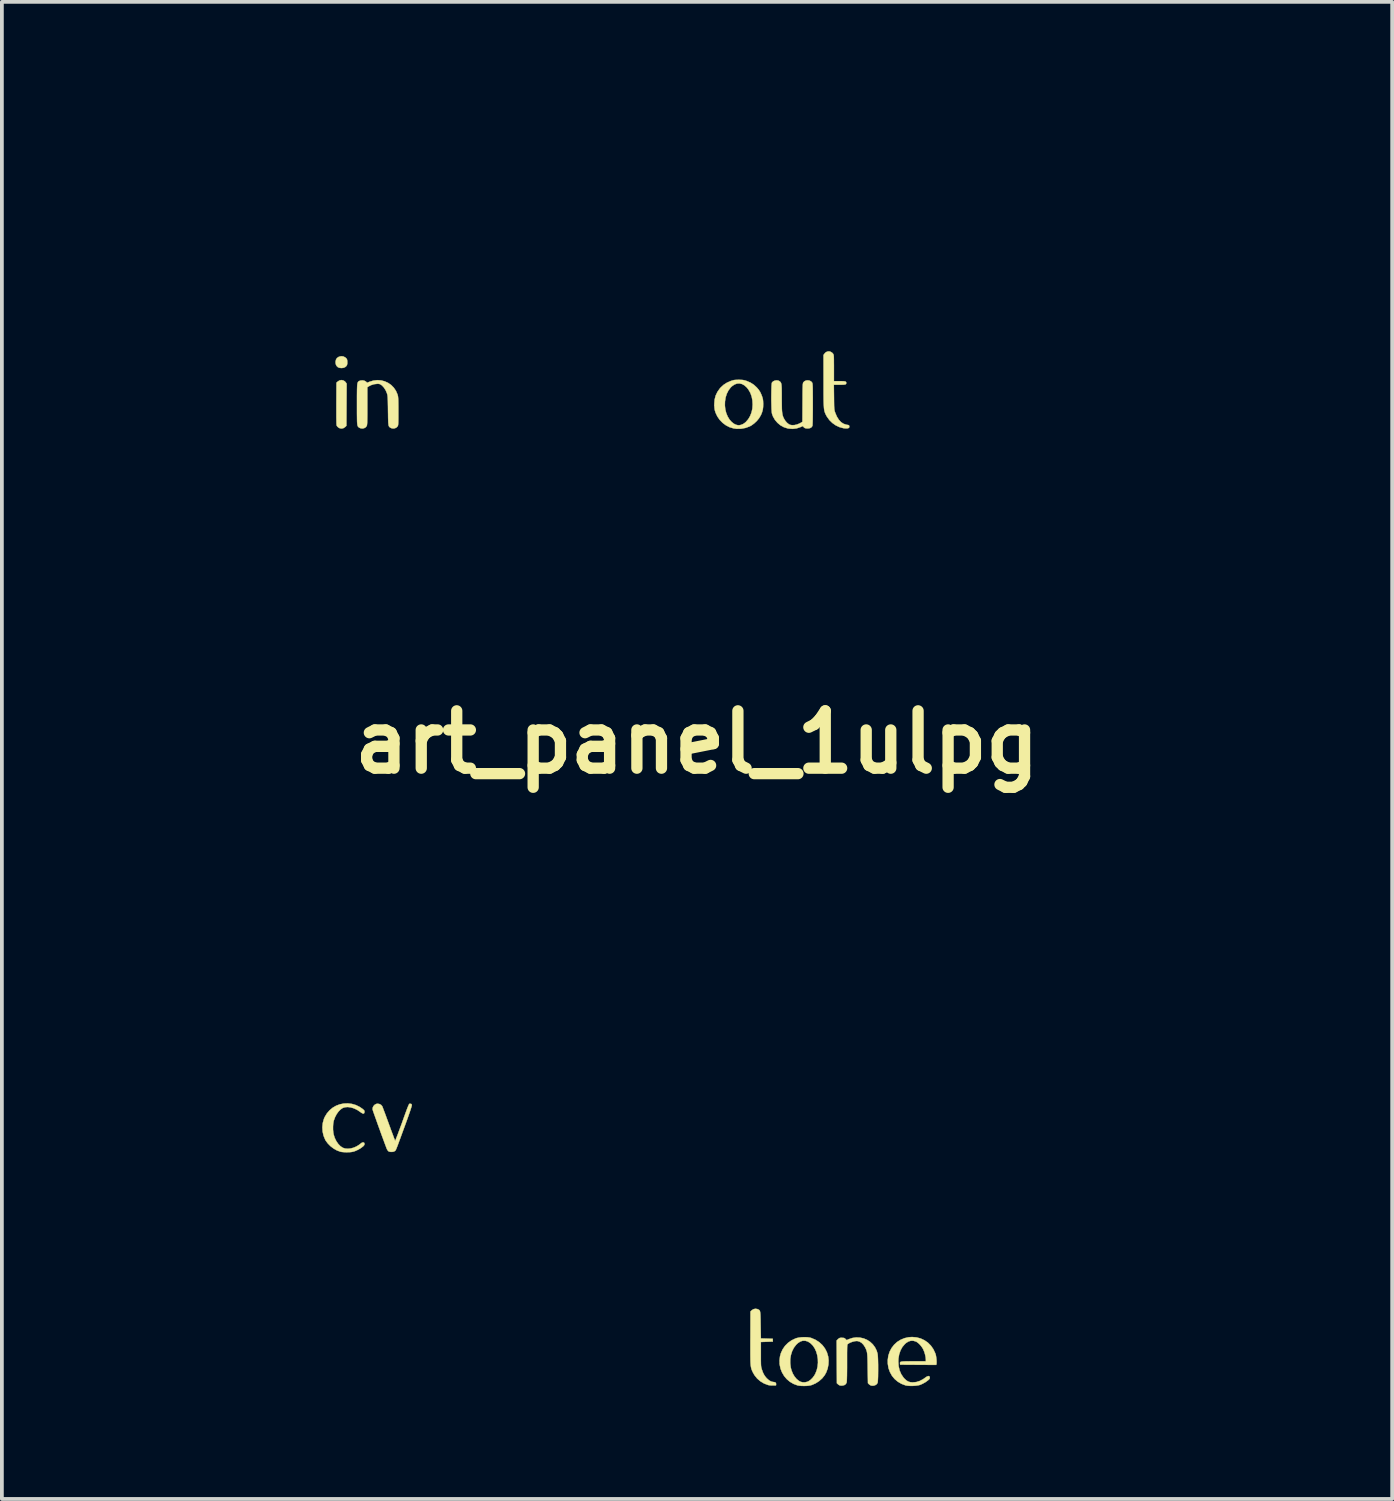
<source format=kicad_pcb>
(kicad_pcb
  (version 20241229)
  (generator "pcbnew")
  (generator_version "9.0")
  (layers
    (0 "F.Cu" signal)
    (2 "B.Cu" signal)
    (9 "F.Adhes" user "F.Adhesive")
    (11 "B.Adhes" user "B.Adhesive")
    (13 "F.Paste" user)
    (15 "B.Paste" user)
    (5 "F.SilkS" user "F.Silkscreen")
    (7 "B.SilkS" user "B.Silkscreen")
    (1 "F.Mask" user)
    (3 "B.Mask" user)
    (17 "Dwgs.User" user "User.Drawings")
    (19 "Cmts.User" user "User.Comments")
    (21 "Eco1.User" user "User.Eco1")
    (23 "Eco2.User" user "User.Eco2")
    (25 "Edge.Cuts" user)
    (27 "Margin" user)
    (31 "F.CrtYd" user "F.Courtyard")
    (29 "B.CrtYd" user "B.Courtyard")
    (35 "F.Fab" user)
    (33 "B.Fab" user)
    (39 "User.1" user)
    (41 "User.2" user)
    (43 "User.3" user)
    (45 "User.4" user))
  (footprint "art_panel_1ulpg"
    (layer "F.Cu")
    (at 15.478 16.682)
    (property "Reference" "art_panel_1ulpg" (at 0 0 0) (layer "F.SilkS") (effects (font (size 1.524 1.524) (thickness 0.3))))
    (attr through_hole)
    (fp_poly (pts (xy -6.012 -16.388) (xy -5.955 -16.367) (xy -5.911 -16.328) (xy -5.879 -16.274) (xy -5.877 -16.266) (xy -5.875 -16.254) (xy -5.873 -16.237) (xy -5.871 -16.214) (xy -5.869 -16.184) (xy -5.868 -16.145) (xy -5.867 -16.096) (xy -5.866 -16.036) (xy -5.865 -15.964) (xy -5.864 -15.879) (xy -5.864 -15.779) (xy -5.864 -15.663) (xy -5.863 -15.531) (xy -5.863 -15.381) (xy -5.863 -15.211) (xy -5.863 -15.087) (xy -5.863 -13.939) (xy -5.322 -13.936) (xy -4.782 -13.933) (xy -4.762 -13.908) (xy -4.746 -13.874) (xy -4.741 -13.831) (xy -4.749 -13.79) (xy -4.762 -13.767) (xy -4.782 -13.742) (xy -5.442 -13.74) (xy -5.581 -13.74) (xy -5.701 -13.74) (xy -5.803 -13.74) (xy -5.888 -13.74) (xy -5.958 -13.741) (xy -6.014 -13.742) (xy -6.058 -13.743) (xy -6.092 -13.745) (xy -6.116 -13.747) (xy -6.133 -13.75) (xy -6.142 -13.752) (xy -6.198 -13.784) (xy -6.243 -13.831) (xy -6.253 -13.848) (xy -6.256 -13.855) (xy -6.258 -13.864) (xy -6.26 -13.877) (xy -6.262 -13.895) (xy -6.264 -13.919) (xy -6.265 -13.951) (xy -6.267 -13.992) (xy -6.268 -14.043) (xy -6.268 -14.104) (xy -6.269 -14.178) (xy -6.27 -14.265) (xy -6.27 -14.367) (xy -6.27 -14.484) (xy -6.27 -14.619) (xy -6.271 -14.771) (xy -6.271 -14.943) (xy -6.271 -15.065) (xy -6.271 -16.251) (xy -6.246 -16.293) (xy -6.209 -16.342) (xy -6.16 -16.374) (xy -6.1 -16.39) (xy -6.081 -16.392) (xy -6.012 -16.388)) (stroke (width 0.01) (type solid)) (fill yes) (layer "F.Mask"))
    (fp_poly (pts (xy -1.003 -16.431) (xy -0.921 -16.426) (xy -0.849 -16.418) (xy -0.801 -16.41) (xy -0.647 -16.365) (xy -0.497 -16.302) (xy -0.353 -16.223) (xy -0.23 -16.136) (xy -0.207 -16.106) (xy -0.196 -16.069) (xy -0.198 -16.03) (xy -0.212 -15.995) (xy -0.238 -15.972) (xy -0.239 -15.972) (xy -0.269 -15.962) (xy -0.299 -15.962) (xy -0.333 -15.973) (xy -0.375 -15.996) (xy -0.408 -16.019) (xy -0.525 -16.093) (xy -0.643 -16.151) (xy -0.766 -16.194) (xy -0.9 -16.224) (xy -1.027 -16.241) (xy -1.133 -16.241) (xy -1.244 -16.224) (xy -1.355 -16.191) (xy -1.463 -16.143) (xy -1.526 -16.105) (xy -1.64 -16.018) (xy -1.741 -15.916) (xy -1.828 -15.801) (xy -1.901 -15.676) (xy -1.96 -15.541) (xy -2.003 -15.398) (xy -2.031 -15.251) (xy -2.043 -15.1) (xy -2.039 -14.948) (xy -2.018 -14.796) (xy -1.98 -14.647) (xy -1.924 -14.503) (xy -1.9 -14.453) (xy -1.826 -14.328) (xy -1.739 -14.215) (xy -1.64 -14.116) (xy -1.532 -14.033) (xy -1.417 -13.968) (xy -1.336 -13.935) (xy -1.225 -13.907) (xy -1.104 -13.896) (xy -0.977 -13.9) (xy -0.845 -13.921) (xy -0.714 -13.957) (xy -0.598 -14.002) (xy -0.53 -14.032) (xy -0.527 -14.528) (xy -0.526 -14.643) (xy -0.525 -14.739) (xy -0.525 -14.818) (xy -0.524 -14.882) (xy -0.522 -14.932) (xy -0.521 -14.97) (xy -0.519 -14.999) (xy -0.516 -15.02) (xy -0.513 -15.035) (xy -0.509 -15.047) (xy -0.504 -15.056) (xy -0.502 -15.06) (xy -0.463 -15.107) (xy -0.412 -15.14) (xy -0.355 -15.158) (xy -0.294 -15.16) (xy -0.236 -15.147) (xy -0.183 -15.117) (xy -0.168 -15.103) (xy -0.142 -15.072) (xy -0.122 -15.036) (xy -0.118 -15.023) (xy -0.114 -14.999) (xy -0.111 -14.955) (xy -0.109 -14.89) (xy -0.107 -14.805) (xy -0.106 -14.701) (xy -0.106 -14.578) (xy -0.106 -14.545) (xy -0.106 -14.11) (xy -0.177 -14.043) (xy -0.296 -13.946) (xy -0.428 -13.864) (xy -0.572 -13.797) (xy -0.723 -13.747) (xy -0.881 -13.714) (xy -1.042 -13.698) (xy -1.204 -13.701) (xy -1.253 -13.706) (xy -1.418 -13.735) (xy -1.575 -13.783) (xy -1.723 -13.848) (xy -1.859 -13.929) (xy -1.985 -14.024) (xy -2.098 -14.132) (xy -2.197 -14.253) (xy -2.282 -14.384) (xy -2.352 -14.525) (xy -2.406 -14.673) (xy -2.443 -14.828) (xy -2.462 -14.989) (xy -2.462 -15.154) (xy -2.441 -15.322) (xy -2.439 -15.334) (xy -2.409 -15.454) (xy -2.365 -15.579) (xy -2.315 -15.69) (xy -2.23 -15.835) (xy -2.129 -15.967) (xy -2.014 -16.085) (xy -1.885 -16.188) (xy -1.745 -16.275) (xy -1.595 -16.344) (xy -1.435 -16.396) (xy -1.315 -16.421) (xy -1.251 -16.428) (xy -1.174 -16.432) (xy -1.09 -16.433) (xy -1.003 -16.431)) (stroke (width 0.01) (type solid)) (fill yes) (layer "F.Mask"))
    (fp_poly (pts (xy -3.782 -16.393) (xy -3.685 -16.393) (xy -3.604 -16.392) (xy -3.538 -16.391) (xy -3.485 -16.389) (xy -3.443 -16.387) (xy -3.408 -16.384) (xy -3.381 -16.381) (xy -3.357 -16.377) (xy -3.229 -16.34) (xy -3.11 -16.284) (xy -3.001 -16.212) (xy -2.903 -16.125) (xy -2.819 -16.024) (xy -2.751 -15.91) (xy -2.698 -15.786) (xy -2.676 -15.708) (xy -2.662 -15.625) (xy -2.654 -15.532) (xy -2.655 -15.435) (xy -2.662 -15.345) (xy -2.671 -15.295) (xy -2.708 -15.169) (xy -2.765 -15.049) (xy -2.838 -14.939) (xy -2.926 -14.84) (xy -3.027 -14.756) (xy -3.139 -14.688) (xy -3.166 -14.675) (xy -3.206 -14.656) (xy -3.242 -14.641) (xy -3.276 -14.629) (xy -3.31 -14.62) (xy -3.348 -14.613) (xy -3.393 -14.607) (xy -3.446 -14.603) (xy -3.511 -14.6) (xy -3.59 -14.598) (xy -3.687 -14.596) (xy -3.736 -14.595) (xy -4.101 -14.589) (xy -4.106 -14.229) (xy -4.108 -14.132) (xy -4.109 -14.054) (xy -4.111 -13.993) (xy -4.112 -13.946) (xy -4.114 -13.91) (xy -4.117 -13.884) (xy -4.12 -13.865) (xy -4.125 -13.851) (xy -4.13 -13.84) (xy -4.136 -13.831) (xy -4.166 -13.797) (xy -4.21 -13.767) (xy -4.259 -13.746) (xy -4.305 -13.738) (xy -4.307 -13.738) (xy -4.343 -13.742) (xy -4.381 -13.751) (xy -4.385 -13.753) (xy -4.44 -13.782) (xy -4.481 -13.828) (xy -4.492 -13.849) (xy -4.495 -13.856) (xy -4.497 -13.867) (xy -4.499 -13.882) (xy -4.501 -13.904) (xy -4.502 -13.933) (xy -4.504 -13.97) (xy -4.505 -14.016) (xy -4.506 -14.074) (xy -4.506 -14.143) (xy -4.507 -14.225) (xy -4.508 -14.321) (xy -4.508 -14.432) (xy -4.508 -14.56) (xy -4.508 -14.706) (xy -4.508 -14.87) (xy -4.508 -15.054) (xy -4.508 -15.065) (xy -4.508 -15.166) (xy -4.104 -15.166) (xy -4.104 -15.071) (xy -4.104 -14.986) (xy -4.104 -14.916) (xy -4.103 -14.86) (xy -4.103 -14.821) (xy -4.102 -14.801) (xy -4.101 -14.798) (xy -4.09 -14.794) (xy -4.06 -14.79) (xy -4.015 -14.787) (xy -3.959 -14.785) (xy -3.894 -14.784) (xy -3.824 -14.784) (xy -3.752 -14.784) (xy -3.682 -14.785) (xy -3.615 -14.788) (xy -3.556 -14.79) (xy -3.508 -14.794) (xy -3.474 -14.798) (xy -3.464 -14.801) (xy -3.383 -14.836) (xy -3.307 -14.889) (xy -3.238 -14.96) (xy -3.177 -15.047) (xy -3.144 -15.108) (xy -3.109 -15.19) (xy -3.085 -15.27) (xy -3.069 -15.356) (xy -3.062 -15.441) (xy -3.063 -15.567) (xy -3.079 -15.687) (xy -3.11 -15.8) (xy -3.154 -15.904) (xy -3.211 -15.996) (xy -3.279 -16.074) (xy -3.357 -16.136) (xy -3.404 -16.162) (xy -3.476 -16.198) (xy -4.101 -16.198) (xy -4.104 -15.505) (xy -4.104 -15.385) (xy -4.104 -15.272) (xy -4.104 -15.166) (xy -4.508 -15.166) (xy -4.508 -15.253) (xy -4.508 -15.421) (xy -4.508 -15.57) (xy -4.508 -15.702) (xy -4.507 -15.816) (xy -4.507 -15.915) (xy -4.506 -16) (xy -4.505 -16.07) (xy -4.504 -16.129) (xy -4.503 -16.176) (xy -4.501 -16.213) (xy -4.5 -16.241) (xy -4.498 -16.261) (xy -4.496 -16.274) (xy -4.494 -16.28) (xy -4.467 -16.322) (xy -4.429 -16.359) (xy -4.389 -16.382) (xy -4.369 -16.385) (xy -4.329 -16.388) (xy -4.269 -16.39) (xy -4.189 -16.392) (xy -4.09 -16.393) (xy -3.973 -16.393) (xy -3.899 -16.394) (xy -3.782 -16.393)) (stroke (width 0.01) (type solid)) (fill yes) (layer "F.Mask"))
    (fp_poly (pts (xy 14.23 -16.674) (xy 14.265 -16.663) (xy 14.314 -16.642) (xy 14.378 -16.61) (xy 14.383 -16.608) (xy 14.563 -16.512) (xy 14.73 -16.416) (xy 14.882 -16.319) (xy 15.019 -16.224) (xy 15.138 -16.13) (xy 15.24 -16.039) (xy 15.323 -15.95) (xy 15.387 -15.866) (xy 15.428 -15.795) (xy 15.456 -15.732) (xy 15.471 -15.669) (xy 15.477 -15.6) (xy 15.477 -15.589) (xy 15.476 -15.541) (xy 15.473 -15.506) (xy 15.464 -15.476) (xy 15.45 -15.444) (xy 15.448 -15.441) (xy 15.399 -15.366) (xy 15.329 -15.298) (xy 15.241 -15.236) (xy 15.132 -15.181) (xy 15.004 -15.133) (xy 14.858 -15.092) (xy 14.775 -15.073) (xy 14.678 -15.054) (xy 14.566 -15.034) (xy 14.437 -15.014) (xy 14.404 -15.009) (xy 14.356 -15.001) (xy 14.35 -14.827) (xy 14.348 -14.778) (xy 14.346 -14.712) (xy 14.343 -14.631) (xy 14.34 -14.539) (xy 14.337 -14.438) (xy 14.334 -14.333) (xy 14.331 -14.226) (xy 14.33 -14.176) (xy 14.326 -14.052) (xy 14.323 -13.947) (xy 14.32 -13.86) (xy 14.318 -13.789) (xy 14.315 -13.733) (xy 14.312 -13.689) (xy 14.309 -13.657) (xy 14.305 -13.634) (xy 14.3 -13.619) (xy 14.295 -13.609) (xy 14.288 -13.605) (xy 14.281 -13.602) (xy 14.277 -13.602) (xy 14.258 -13.606) (xy 14.222 -13.619) (xy 14.17 -13.642) (xy 14.103 -13.673) (xy 14.023 -13.712) (xy 14.018 -13.714) (xy 13.867 -13.791) (xy 13.735 -13.864) (xy 13.618 -13.933) (xy 13.513 -14.002) (xy 13.42 -14.072) (xy 13.334 -14.144) (xy 13.254 -14.219) (xy 13.254 -14.219) (xy 13.208 -14.268) (xy 13.173 -14.308) (xy 13.146 -14.347) (xy 13.121 -14.39) (xy 13.111 -14.41) (xy 13.09 -14.454) (xy 13.076 -14.488) (xy 13.069 -14.517) (xy 13.066 -14.55) (xy 13.065 -14.57) (xy 13.236 -14.57) (xy 13.25 -14.512) (xy 13.283 -14.448) (xy 13.334 -14.377) (xy 13.404 -14.298) (xy 13.407 -14.295) (xy 13.484 -14.22) (xy 13.563 -14.15) (xy 13.65 -14.081) (xy 13.75 -14.009) (xy 13.801 -13.975) (xy 13.848 -13.944) (xy 13.901 -13.91) (xy 13.959 -13.875) (xy 14.017 -13.839) (xy 14.074 -13.806) (xy 14.125 -13.776) (xy 14.167 -13.752) (xy 14.199 -13.735) (xy 14.216 -13.727) (xy 14.217 -13.727) (xy 14.22 -13.737) (xy 14.221 -13.764) (xy 14.221 -13.805) (xy 14.22 -13.856) (xy 14.219 -13.883) (xy 14.216 -13.964) (xy 14.213 -14.056) (xy 14.209 -14.156) (xy 14.206 -14.261) (xy 14.203 -14.368) (xy 14.2 -14.472) (xy 14.197 -14.571) (xy 14.195 -14.662) (xy 14.193 -14.74) (xy 14.193 -14.804) (xy 14.192 -14.84) (xy 14.192 -14.891) (xy 14.19 -14.934) (xy 14.187 -14.965) (xy 14.184 -14.979) (xy 14.183 -14.98) (xy 14.17 -14.98) (xy 14.14 -14.978) (xy 14.096 -14.972) (xy 14.043 -14.965) (xy 14.009 -14.96) (xy 13.842 -14.93) (xy 13.695 -14.897) (xy 13.568 -14.86) (xy 13.461 -14.819) (xy 13.375 -14.775) (xy 13.309 -14.727) (xy 13.299 -14.719) (xy 13.26 -14.672) (xy 13.239 -14.623) (xy 13.236 -14.57) (xy 13.065 -14.57) (xy 13.065 -14.593) (xy 13.065 -14.594) (xy 13.066 -14.644) (xy 13.071 -14.681) (xy 13.08 -14.714) (xy 13.094 -14.745) (xy 13.137 -14.816) (xy 13.2 -14.881) (xy 13.283 -14.94) (xy 13.385 -14.995) (xy 13.506 -15.044) (xy 13.648 -15.088) (xy 13.809 -15.127) (xy 13.991 -15.161) (xy 14.131 -15.181) (xy 14.18 -15.188) (xy 14.18 -15.416) (xy 14.36 -15.416) (xy 14.36 -15.345) (xy 14.361 -15.29) (xy 14.362 -15.25) (xy 14.364 -15.224) (xy 14.366 -15.211) (xy 14.369 -15.208) (xy 14.383 -15.21) (xy 14.414 -15.215) (xy 14.458 -15.222) (xy 14.511 -15.23) (xy 14.541 -15.235) (xy 14.686 -15.263) (xy 14.818 -15.295) (xy 14.937 -15.331) (xy 15.04 -15.371) (xy 15.126 -15.413) (xy 15.194 -15.457) (xy 15.244 -15.504) (xy 15.267 -15.538) (xy 15.281 -15.582) (xy 15.278 -15.631) (xy 15.258 -15.685) (xy 15.22 -15.746) (xy 15.164 -15.815) (xy 15.129 -15.853) (xy 15.039 -15.94) (xy 14.936 -16.026) (xy 14.819 -16.113) (xy 14.686 -16.201) (xy 14.535 -16.292) (xy 14.499 -16.313) (xy 14.377 -16.382) (xy 14.374 -16.327) (xy 14.374 -16.306) (xy 14.373 -16.265) (xy 14.372 -16.209) (xy 14.37 -16.137) (xy 14.369 -16.054) (xy 14.367 -15.961) (xy 14.366 -15.861) (xy 14.364 -15.755) (xy 14.364 -15.74) (xy 14.362 -15.613) (xy 14.361 -15.505) (xy 14.36 -15.416) (xy 14.18 -15.416) (xy 14.178 -15.931) (xy 14.176 -16.674) (xy 14.208 -16.677) (xy 14.23 -16.674)) (stroke (width 0.01) (type solid)) (fill yes) (layer "F.Mask"))
    (fp_poly (pts (xy -2.973 -6.857) (xy -2.89 -6.852) (xy -2.852 -6.848) (xy -2.641 -6.811) (xy -2.434 -6.754) (xy -2.234 -6.679) (xy -2.042 -6.585) (xy -1.86 -6.475) (xy -1.69 -6.348) (xy -1.534 -6.205) (xy -1.502 -6.173) (xy -1.359 -6.009) (xy -1.234 -5.833) (xy -1.126 -5.646) (xy -1.037 -5.451) (xy -0.967 -5.248) (xy -0.939 -5.138) (xy -0.927 -5.088) (xy -0.918 -5.04) (xy -0.909 -4.989) (xy -0.9 -4.932) (xy -0.891 -4.862) (xy -0.883 -4.797) (xy -0.877 -4.752) (xy 9.525 -4.752) (xy 9.525 -4.477) (xy 6.019 -4.474) (xy 2.514 -4.471) (xy 2.511 -2.238) (xy 2.511 -2.022) (xy 2.51 -1.812) (xy 2.51 -1.608) (xy 2.51 -1.412) (xy 2.51 -1.224) (xy 2.51 -1.046) (xy 2.51 -0.878) (xy 2.51 -0.722) (xy 2.51 -0.578) (xy 2.51 -0.448) (xy 2.511 -0.332) (xy 2.511 -0.231) (xy 2.511 -0.147) (xy 2.511 -0.08) (xy 2.512 -0.032) (xy 2.512 -0.003) (xy 2.512 0.006) (xy 2.524 0.01) (xy 2.554 0.008) (xy 2.604 0.002) (xy 2.658 -0.007) (xy 2.904 -0.046) (xy 3.148 -0.075) (xy 3.395 -0.095) (xy 3.65 -0.106) (xy 3.863 -0.108) (xy 4.008 -0.108) (xy 4.137 -0.106) (xy 4.256 -0.101) (xy 4.372 -0.095) (xy 4.489 -0.085) (xy 4.613 -0.073) (xy 4.704 -0.063) (xy 5.078 -0.009) (xy 5.446 0.065) (xy 5.81 0.158) (xy 6.166 0.272) (xy 6.516 0.404) (xy 6.858 0.554) (xy 7.191 0.722) (xy 7.515 0.908) (xy 7.829 1.111) (xy 8.132 1.33) (xy 8.423 1.566) (xy 8.701 1.816) (xy 8.966 2.082) (xy 9.217 2.363) (xy 9.453 2.658) (xy 9.672 2.963) (xy 9.879 3.289) (xy 10.067 3.621) (xy 10.235 3.96) (xy 10.383 4.306) (xy 10.512 4.66) (xy 10.622 5.022) (xy 10.712 5.393) (xy 10.784 5.773) (xy 10.837 6.163) (xy 10.85 6.292) (xy 10.855 6.357) (xy 10.858 6.44) (xy 10.861 6.538) (xy 10.863 6.646) (xy 10.864 6.762) (xy 10.865 6.882) (xy 10.864 7.003) (xy 10.862 7.122) (xy 10.86 7.235) (xy 10.857 7.338) (xy 10.853 7.429) (xy 10.848 7.505) (xy 10.845 7.541) (xy 10.798 7.911) (xy 10.736 8.267) (xy 10.659 8.612) (xy 10.566 8.948) (xy 10.457 9.276) (xy 10.33 9.599) (xy 10.185 9.919) (xy 10.14 10.012) (xy 9.958 10.353) (xy 9.759 10.681) (xy 9.543 10.997) (xy 9.312 11.299) (xy 9.065 11.588) (xy 8.803 11.862) (xy 8.526 12.122) (xy 8.235 12.366) (xy 7.931 12.595) (xy 7.614 12.807) (xy 7.284 13.003) (xy 7.038 13.133) (xy 6.705 13.292) (xy 6.369 13.431) (xy 6.029 13.551) (xy 5.683 13.652) (xy 5.329 13.736) (xy 4.966 13.803) (xy 4.591 13.852) (xy 4.519 13.86) (xy 4.469 13.863) (xy 4.401 13.867) (xy 4.319 13.871) (xy 4.226 13.874) (xy 4.125 13.877) (xy 4.021 13.879) (xy 3.915 13.881) (xy 3.812 13.882) (xy 3.716 13.882) (xy 3.628 13.882) (xy 3.554 13.881) (xy 3.496 13.88) (xy 3.477 13.879) (xy 3.084 13.844) (xy 2.697 13.789) (xy 2.318 13.714) (xy 1.946 13.619) (xy 1.582 13.505) (xy 1.226 13.371) (xy 0.878 13.218) (xy 0.538 13.046) (xy 0.207 12.854) (xy -0.115 12.644) (xy -0.37 12.458) (xy -0.661 12.224) (xy -0.94 11.973) (xy -1.206 11.708) (xy -1.457 11.428) (xy -1.693 11.136) (xy -1.913 10.833) (xy -2.115 10.519) (xy -2.3 10.196) (xy -2.466 9.866) (xy -2.496 9.799) (xy -2.633 9.479) (xy -2.751 9.16) (xy -2.853 8.839) (xy -2.938 8.513) (xy -3.008 8.178) (xy -3.063 7.833) (xy -3.092 7.599) (xy -3.099 7.519) (xy -3.106 7.421) (xy -3.111 7.31) (xy -3.115 7.19) (xy -3.119 7.064) (xy -3.121 6.936) (xy -3.121 6.81) (xy -3.121 6.69) (xy -3.119 6.581) (xy -3.116 6.484) (xy -3.112 6.429) (xy -3.075 6.039) (xy -3.018 5.656) (xy -2.941 5.279) (xy -2.844 4.91) (xy -2.727 4.548) (xy -2.591 4.193) (xy -2.435 3.847) (xy -2.26 3.508) (xy -2.065 3.178) (xy -1.975 3.037) (xy -1.752 2.719) (xy -1.514 2.416) (xy -1.261 2.127) (xy -0.994 1.854) (xy -0.714 1.596) (xy -0.419 1.355) (xy -0.112 1.129) (xy 0.207 0.921) (xy 0.539 0.73) (xy 0.882 0.556) (xy 1.236 0.401) (xy 1.318 0.368) (xy 1.423 0.328) (xy 1.538 0.286) (xy 1.658 0.245) (xy 1.78 0.206) (xy 1.898 0.169) (xy 2.008 0.137) (xy 2.106 0.111) (xy 2.172 0.095) (xy 2.233 0.081) (xy 2.233 -4.477) (xy -0.877 -4.477) (xy -0.883 -4.432) (xy -0.887 -4.4) (xy -0.892 -4.355) (xy -0.899 -4.307) (xy -0.9 -4.297) (xy -0.937 -4.092) (xy -0.995 -3.891) (xy -1.072 -3.696) (xy -1.167 -3.507) (xy -1.28 -3.328) (xy -1.409 -3.158) (xy -1.555 -3.001) (xy -1.574 -2.983) (xy -1.733 -2.844) (xy -1.904 -2.723) (xy -2.083 -2.619) (xy -2.27 -2.533) (xy -2.464 -2.464) (xy -2.662 -2.413) (xy -2.864 -2.381) (xy -3.067 -2.366) (xy -3.272 -2.369) (xy -3.475 -2.391) (xy -3.676 -2.43) (xy -3.873 -2.489) (xy -4.066 -2.565) (xy -4.251 -2.66) (xy -4.428 -2.774) (xy -4.459 -2.797) (xy -4.495 -2.823) (xy -4.519 -2.837) (xy -4.534 -2.841) (xy -4.543 -2.837) (xy -4.545 -2.835) (xy -4.553 -2.826) (xy -4.575 -2.802) (xy -4.61 -2.764) (xy -4.657 -2.711) (xy -4.716 -2.646) (xy -4.786 -2.568) (xy -4.867 -2.478) (xy -4.958 -2.377) (xy -5.059 -2.266) (xy -5.169 -2.144) (xy -5.287 -2.013) (xy -5.413 -1.874) (xy -5.546 -1.726) (xy -5.685 -1.572) (xy -5.831 -1.41) (xy -5.982 -1.243) (xy -6.138 -1.07) (xy -6.299 -0.892) (xy -6.463 -0.71) (xy -6.488 -0.683) (xy -6.652 -0.5) (xy -6.814 -0.321) (xy -6.971 -0.147) (xy -7.124 0.022) (xy -7.271 0.185) (xy -7.412 0.342) (xy -7.547 0.491) (xy -7.675 0.633) (xy -7.795 0.766) (xy -7.907 0.89) (xy -8.011 1.004) (xy -8.104 1.108) (xy -8.188 1.201) (xy -8.261 1.282) (xy -8.324 1.351) (xy -8.374 1.407) (xy -8.412 1.449) (xy -8.437 1.476) (xy -8.449 1.489) (xy -8.449 1.49) (xy -8.481 1.524) (xy -8.489 4.974) (xy -8.49 5.296) (xy -8.491 5.598) (xy -8.492 5.881) (xy -8.492 6.144) (xy -8.493 6.389) (xy -8.493 6.616) (xy -8.494 6.825) (xy -8.495 7.019) (xy -8.495 7.196) (xy -8.496 7.358) (xy -8.497 7.506) (xy -8.497 7.64) (xy -8.498 7.761) (xy -8.499 7.87) (xy -8.499 7.966) (xy -8.5 8.052) (xy -8.501 8.127) (xy -8.502 8.192) (xy -8.503 8.249) (xy -8.504 8.296) (xy -8.505 8.337) (xy -8.506 8.369) (xy -8.507 8.396) (xy -8.508 8.417) (xy -8.51 8.432) (xy -8.511 8.444) (xy -8.512 8.451) (xy -8.514 8.455) (xy -8.535 8.484) (xy -8.559 8.506) (xy -8.562 8.508) (xy -8.568 8.51) (xy -8.575 8.511) (xy -8.586 8.513) (xy -8.601 8.514) (xy -8.62 8.515) (xy -8.644 8.516) (xy -8.674 8.518) (xy -8.711 8.518) (xy -8.755 8.519) (xy -8.808 8.52) (xy -8.869 8.521) (xy -8.939 8.522) (xy -9.019 8.522) (xy -9.111 8.523) (xy -9.213 8.523) (xy -9.328 8.524) (xy -9.456 8.524) (xy -9.597 8.525) (xy -9.753 8.525) (xy -9.924 8.526) (xy -10.11 8.526) (xy -10.313 8.526) (xy -10.533 8.527) (xy -10.771 8.527) (xy -11.027 8.527) (xy -11.302 8.527) (xy -11.597 8.528) (xy -11.869 8.528) (xy -12.131 8.528) (xy -12.389 8.528) (xy -12.64 8.528) (xy -12.884 8.529) (xy -13.12 8.529) (xy -13.348 8.529) (xy -13.567 8.529) (xy -13.775 8.529) (xy -13.972 8.528) (xy -14.157 8.528) (xy -14.33 8.528) (xy -14.49 8.528) (xy -14.634 8.528) (xy -14.764 8.527) (xy -14.878 8.527) (xy -14.976 8.527) (xy -15.055 8.526) (xy -15.117 8.526) (xy -15.159 8.525) (xy -15.181 8.525) (xy -15.184 8.525) (xy -15.231 8.507) (xy -15.266 8.475) (xy -15.288 8.434) (xy -15.297 8.388) (xy -15.29 8.342) (xy -15.267 8.3) (xy -15.249 8.282) (xy -15.217 8.255) (xy -8.774 8.255) (xy -8.773 8.02) (xy -8.773 7.99) (xy -8.773 7.939) (xy -8.772 7.87) (xy -8.772 7.782) (xy -8.772 7.676) (xy -8.772 7.554) (xy -8.771 7.416) (xy -8.771 7.263) (xy -8.77 7.097) (xy -8.77 6.917) (xy -8.769 6.725) (xy -8.769 6.521) (xy -8.768 6.308) (xy -8.768 6.084) (xy -8.767 5.853) (xy -8.767 5.613) (xy -8.766 5.367) (xy -8.766 5.115) (xy -8.765 4.858) (xy -8.764 4.602) (xy -8.764 4.293) (xy -8.763 4.004) (xy -8.762 3.735) (xy -8.761 3.485) (xy -8.761 3.253) (xy -8.76 3.039) (xy -8.759 2.842) (xy -8.759 2.661) (xy -8.758 2.496) (xy -8.758 2.346) (xy -8.757 2.21) (xy -8.756 2.087) (xy -8.755 1.977) (xy -8.755 1.88) (xy -8.754 1.793) (xy -8.753 1.718) (xy -8.752 1.652) (xy -8.751 1.596) (xy -8.75 1.549) (xy -8.749 1.509) (xy -8.748 1.477) (xy -8.747 1.451) (xy -8.746 1.431) (xy -8.744 1.416) (xy -8.743 1.406) (xy -8.741 1.399) (xy -8.74 1.396) (xy -8.731 1.386) (xy -8.709 1.361) (xy -8.674 1.321) (xy -8.627 1.268) (xy -8.567 1.202) (xy -8.497 1.123) (xy -8.415 1.032) (xy -8.323 0.931) (xy -8.222 0.818) (xy -8.112 0.695) (xy -7.993 0.564) (xy -7.866 0.423) (xy -7.732 0.274) (xy -7.591 0.118) (xy -7.444 -0.044) (xy -7.292 -0.213) (xy -7.134 -0.388) (xy -6.972 -0.567) (xy -6.807 -0.751) (xy -6.732 -0.834) (xy -4.74 -3.038) (xy -4.8 -3.104) (xy -4.92 -3.249) (xy -5.029 -3.408) (xy -5.125 -3.578) (xy -5.207 -3.755) (xy -5.274 -3.935) (xy -5.323 -4.116) (xy -5.354 -4.294) (xy -5.355 -4.302) (xy -5.36 -4.351) (xy -5.366 -4.396) (xy -5.37 -4.431) (xy -5.372 -4.442) (xy -5.377 -4.477) (xy -10.425 -4.477) (xy -15.473 -4.477) (xy -15.473 -4.752) (xy -5.379 -4.752) (xy -5.372 -4.776) (xy -5.368 -4.804) (xy -5.366 -4.833) (xy -5.364 -4.856) (xy -5.359 -4.894) (xy -5.352 -4.943) (xy -5.344 -4.997) (xy -5.344 -4.997) (xy -5.297 -5.208) (xy -5.232 -5.41) (xy -5.149 -5.603) (xy -5.049 -5.786) (xy -4.934 -5.959) (xy -4.803 -6.119) (xy -4.658 -6.266) (xy -4.499 -6.399) (xy -4.329 -6.517) (xy -4.148 -6.62) (xy -3.956 -6.706) (xy -3.755 -6.774) (xy -3.545 -6.824) (xy -3.434 -6.843) (xy -3.357 -6.851) (xy -3.266 -6.856) (xy -3.168 -6.859) (xy -3.068 -6.859) (xy -2.973 -6.857)) (stroke (width 0.01) (type solid)) (fill yes) (layer "F.Mask"))
    (fp_poly (pts (xy -9.404 -10.257) (xy -9.353 -10.232) (xy -9.337 -10.219) (xy -9.315 -10.197) (xy -9.304 -10.178) (xy -9.298 -10.151) (xy -9.295 -10.116) (xy -9.296 -10.063) (xy -9.305 -10.025) (xy -9.327 -9.994) (xy -9.355 -9.972) (xy -9.399 -9.954) (xy -9.451 -9.948) (xy -9.504 -9.954) (xy -9.544 -9.97) (xy -9.58 -10.004) (xy -9.602 -10.051) (xy -9.608 -10.107) (xy -9.607 -10.119) (xy -9.595 -10.173) (xy -9.57 -10.213) (xy -9.528 -10.242) (xy -9.518 -10.247) (xy -9.459 -10.262) (xy -9.404 -10.257)) (stroke (width 0.01) (type solid)) (fill yes) (layer "F.SilkS"))
    (fp_poly (pts (xy -9.406 -9.62) (xy -9.363 -9.596) (xy -9.337 -9.568) (xy -9.313 -9.532) (xy -9.316 -8.973) (xy -9.319 -8.414) (xy -9.352 -8.381) (xy -9.395 -8.352) (xy -9.444 -8.34) (xy -9.493 -8.347) (xy -9.525 -8.363) (xy -9.552 -8.385) (xy -9.572 -8.409) (xy -9.575 -8.414) (xy -9.578 -8.425) (xy -9.581 -8.445) (xy -9.583 -8.475) (xy -9.584 -8.518) (xy -9.585 -8.574) (xy -9.586 -8.645) (xy -9.586 -8.732) (xy -9.586 -8.838) (xy -9.586 -8.962) (xy -9.586 -8.999) (xy -9.583 -9.558) (xy -9.549 -9.589) (xy -9.504 -9.617) (xy -9.454 -9.628) (xy -9.406 -9.62)) (stroke (width 0.01) (type solid)) (fill yes) (layer "F.SilkS"))
    (fp_poly (pts (xy 1.601 15.067) (xy 1.62 15.075) (xy 1.638 15.083) (xy 1.652 15.092) (xy 1.663 15.103) (xy 1.672 15.119) (xy 1.679 15.142) (xy 1.683 15.174) (xy 1.687 15.217) (xy 1.689 15.273) (xy 1.691 15.345) (xy 1.692 15.435) (xy 1.693 15.494) (xy 1.699 15.849) (xy 2.016 15.859) (xy 2.016 15.933) (xy 1.857 15.938) (xy 1.699 15.944) (xy 1.699 16.267) (xy 1.699 16.358) (xy 1.699 16.432) (xy 1.7 16.49) (xy 1.701 16.535) (xy 1.703 16.57) (xy 1.706 16.598) (xy 1.71 16.621) (xy 1.716 16.643) (xy 1.723 16.666) (xy 1.723 16.668) (xy 1.752 16.75) (xy 1.784 16.815) (xy 1.823 16.872) (xy 1.854 16.908) (xy 1.911 16.959) (xy 1.967 16.992) (xy 2.021 17.007) (xy 2.033 17.007) (xy 2.074 17.014) (xy 2.098 17.032) (xy 2.105 17.062) (xy 2.104 17.066) (xy 2.101 17.097) (xy 2.021 17.099) (xy 1.974 17.098) (xy 1.928 17.094) (xy 1.893 17.088) (xy 1.784 17.047) (xy 1.686 16.988) (xy 1.6 16.914) (xy 1.529 16.825) (xy 1.482 16.742) (xy 1.47 16.715) (xy 1.459 16.69) (xy 1.45 16.665) (xy 1.443 16.639) (xy 1.436 16.609) (xy 1.431 16.574) (xy 1.427 16.533) (xy 1.424 16.483) (xy 1.422 16.423) (xy 1.421 16.351) (xy 1.42 16.266) (xy 1.42 16.165) (xy 1.42 16.048) (xy 1.42 15.912) (xy 1.421 15.827) (xy 1.423 15.135) (xy 1.457 15.101) (xy 1.499 15.073) (xy 1.55 15.061) (xy 1.601 15.067)) (stroke (width 0.01) (type solid)) (fill yes) (layer "F.SilkS"))
    (fp_poly (pts (xy -9.172 9.615) (xy -9.066 9.646) (xy -8.965 9.696) (xy -8.891 9.747) (xy -8.862 9.772) (xy -8.845 9.79) (xy -8.839 9.807) (xy -8.839 9.829) (xy -8.839 9.83) (xy -8.846 9.86) (xy -8.862 9.872) (xy -8.888 9.868) (xy -8.925 9.848) (xy -8.951 9.828) (xy -9.033 9.773) (xy -9.117 9.733) (xy -9.202 9.707) (xy -9.283 9.697) (xy -9.357 9.703) (xy -9.414 9.721) (xy -9.471 9.759) (xy -9.526 9.813) (xy -9.576 9.882) (xy -9.619 9.962) (xy -9.651 10.048) (xy -9.659 10.075) (xy -9.67 10.14) (xy -9.675 10.216) (xy -9.675 10.297) (xy -9.668 10.374) (xy -9.658 10.429) (xy -9.629 10.52) (xy -9.588 10.604) (xy -9.537 10.678) (xy -9.479 10.738) (xy -9.417 10.78) (xy -9.354 10.801) (xy -9.281 10.807) (xy -9.203 10.799) (xy -9.123 10.777) (xy -9.046 10.743) (xy -8.975 10.698) (xy -8.95 10.678) (xy -8.917 10.652) (xy -8.891 10.64) (xy -8.872 10.638) (xy -8.85 10.645) (xy -8.841 10.662) (xy -8.839 10.675) (xy -8.84 10.695) (xy -8.849 10.714) (xy -8.869 10.737) (xy -8.887 10.752) (xy -8.944 10.795) (xy -9.015 10.835) (xy -9.088 10.868) (xy -9.141 10.885) (xy -9.191 10.894) (xy -9.253 10.899) (xy -9.322 10.9) (xy -9.39 10.897) (xy -9.449 10.891) (xy -9.481 10.884) (xy -9.571 10.851) (xy -9.659 10.801) (xy -9.742 10.738) (xy -9.813 10.666) (xy -9.87 10.589) (xy -9.883 10.565) (xy -9.926 10.461) (xy -9.951 10.35) (xy -9.958 10.236) (xy -9.947 10.123) (xy -9.917 10.015) (xy -9.896 9.965) (xy -9.837 9.867) (xy -9.765 9.784) (xy -9.682 9.715) (xy -9.59 9.662) (xy -9.49 9.625) (xy -9.386 9.605) (xy -9.279 9.601) (xy -9.172 9.615)) (stroke (width 0.01) (type solid)) (fill yes) (layer "F.SilkS"))
    (fp_poly (pts (xy 2.933 15.818) (xy 2.999 15.827) (xy 3.037 15.837) (xy 3.15 15.885) (xy 3.25 15.949) (xy 3.334 16.026) (xy 3.403 16.117) (xy 3.455 16.218) (xy 3.488 16.33) (xy 3.5 16.434) (xy 3.495 16.542) (xy 3.474 16.65) (xy 3.437 16.751) (xy 3.393 16.83) (xy 3.328 16.911) (xy 3.247 16.983) (xy 3.156 17.042) (xy 3.059 17.085) (xy 3.02 17.096) (xy 2.97 17.105) (xy 2.907 17.111) (xy 2.839 17.112) (xy 2.771 17.11) (xy 2.711 17.104) (xy 2.673 17.097) (xy 2.566 17.057) (xy 2.471 17.001) (xy 2.388 16.931) (xy 2.318 16.848) (xy 2.263 16.755) (xy 2.223 16.655) (xy 2.2 16.548) (xy 2.198 16.51) (xy 2.479 16.51) (xy 2.493 16.622) (xy 2.513 16.697) (xy 2.548 16.784) (xy 2.594 16.862) (xy 2.649 16.928) (xy 2.71 16.978) (xy 2.752 17.001) (xy 2.81 17.016) (xy 2.874 17.016) (xy 2.937 17.001) (xy 2.961 16.991) (xy 3.016 16.954) (xy 3.069 16.903) (xy 3.117 16.84) (xy 3.145 16.792) (xy 3.183 16.698) (xy 3.207 16.598) (xy 3.217 16.496) (xy 3.214 16.394) (xy 3.198 16.295) (xy 3.171 16.201) (xy 3.132 16.115) (xy 3.082 16.04) (xy 3.022 15.979) (xy 2.953 15.934) (xy 2.946 15.931) (xy 2.879 15.91) (xy 2.813 15.91) (xy 2.749 15.931) (xy 2.684 15.973) (xy 2.637 16.017) (xy 2.577 16.096) (xy 2.53 16.188) (xy 2.498 16.29) (xy 2.48 16.398) (xy 2.479 16.51) (xy 2.198 16.51) (xy 2.195 16.438) (xy 2.208 16.326) (xy 2.232 16.24) (xy 2.279 16.138) (xy 2.343 16.046) (xy 2.423 15.966) (xy 2.515 15.901) (xy 2.619 15.851) (xy 2.651 15.84) (xy 2.711 15.827) (xy 2.783 15.818) (xy 2.859 15.816) (xy 2.933 15.818)) (stroke (width 0.01) (type solid)) (fill yes) (layer "F.SilkS"))
    (fp_poly (pts (xy 3.516 -10.391) (xy 3.548 -10.382) (xy 3.593 -10.356) (xy 3.617 -10.33) (xy 3.623 -10.32) (xy 3.628 -10.31) (xy 3.632 -10.296) (xy 3.636 -10.278) (xy 3.638 -10.252) (xy 3.639 -10.216) (xy 3.64 -10.168) (xy 3.64 -10.106) (xy 3.641 -10.027) (xy 3.641 -9.947) (xy 3.641 -9.599) (xy 3.792 -9.599) (xy 3.857 -9.599) (xy 3.904 -9.597) (xy 3.936 -9.592) (xy 3.955 -9.585) (xy 3.965 -9.574) (xy 3.969 -9.558) (xy 3.969 -9.551) (xy 3.967 -9.534) (xy 3.96 -9.521) (xy 3.944 -9.513) (xy 3.916 -9.507) (xy 3.875 -9.505) (xy 3.816 -9.504) (xy 3.791 -9.504) (xy 3.639 -9.504) (xy 3.643 -9.173) (xy 3.644 -9.081) (xy 3.645 -9.007) (xy 3.646 -8.948) (xy 3.648 -8.903) (xy 3.65 -8.868) (xy 3.654 -8.84) (xy 3.658 -8.817) (xy 3.663 -8.796) (xy 3.671 -8.774) (xy 3.676 -8.759) (xy 3.719 -8.658) (xy 3.77 -8.575) (xy 3.828 -8.511) (xy 3.895 -8.467) (xy 3.968 -8.442) (xy 3.99 -8.438) (xy 4.022 -8.433) (xy 4.04 -8.425) (xy 4.048 -8.41) (xy 4.05 -8.405) (xy 4.05 -8.374) (xy 4.033 -8.354) (xy 3.998 -8.344) (xy 3.945 -8.344) (xy 3.887 -8.351) (xy 3.786 -8.379) (xy 3.689 -8.425) (xy 3.6 -8.488) (xy 3.522 -8.564) (xy 3.458 -8.652) (xy 3.435 -8.692) (xy 3.422 -8.718) (xy 3.411 -8.743) (xy 3.401 -8.767) (xy 3.393 -8.793) (xy 3.386 -8.822) (xy 3.38 -8.857) (xy 3.376 -8.897) (xy 3.373 -8.946) (xy 3.37 -9.005) (xy 3.368 -9.075) (xy 3.367 -9.159) (xy 3.366 -9.258) (xy 3.366 -9.374) (xy 3.366 -9.508) (xy 3.366 -9.605) (xy 3.365 -10.294) (xy 3.39 -10.33) (xy 3.425 -10.366) (xy 3.458 -10.382) (xy 3.49 -10.391) (xy 3.516 -10.391)) (stroke (width 0.01) (type solid)) (fill yes) (layer "F.SilkS"))
    (fp_poly (pts (xy 4.335 15.828) (xy 4.431 15.849) (xy 4.521 15.887) (xy 4.603 15.94) (xy 4.674 16.006) (xy 4.733 16.086) (xy 4.778 16.176) (xy 4.8 16.253) (xy 4.805 16.287) (xy 4.809 16.336) (xy 4.812 16.398) (xy 4.814 16.47) (xy 4.816 16.549) (xy 4.816 16.631) (xy 4.816 16.714) (xy 4.815 16.793) (xy 4.814 16.867) (xy 4.811 16.931) (xy 4.808 16.982) (xy 4.804 17.019) (xy 4.8 17.034) (xy 4.775 17.069) (xy 4.736 17.093) (xy 4.688 17.106) (xy 4.639 17.104) (xy 4.63 17.102) (xy 4.599 17.087) (xy 4.572 17.065) (xy 4.571 17.065) (xy 4.546 17.038) (xy 4.539 16.644) (xy 4.538 16.536) (xy 4.536 16.446) (xy 4.534 16.373) (xy 4.531 16.314) (xy 4.527 16.265) (xy 4.522 16.226) (xy 4.515 16.193) (xy 4.506 16.164) (xy 4.495 16.136) (xy 4.482 16.107) (xy 4.47 16.084) (xy 4.428 16.018) (xy 4.378 15.967) (xy 4.322 15.933) (xy 4.263 15.918) (xy 4.249 15.917) (xy 4.192 15.923) (xy 4.131 15.939) (xy 4.072 15.961) (xy 4.024 15.988) (xy 4.008 16) (xy 4.004 16.005) (xy 4 16.013) (xy 3.997 16.026) (xy 3.995 16.045) (xy 3.993 16.074) (xy 3.992 16.113) (xy 3.991 16.164) (xy 3.99 16.229) (xy 3.99 16.31) (xy 3.99 16.409) (xy 3.99 16.498) (xy 3.99 16.625) (xy 3.989 16.736) (xy 3.988 16.83) (xy 3.986 16.907) (xy 3.984 16.965) (xy 3.981 17.004) (xy 3.979 17.021) (xy 3.957 17.062) (xy 3.92 17.089) (xy 3.868 17.102) (xy 3.845 17.103) (xy 3.807 17.1) (xy 3.781 17.091) (xy 3.755 17.072) (xy 3.755 17.072) (xy 3.72 17.041) (xy 3.717 16.473) (xy 3.714 15.905) (xy 3.75 15.869) (xy 3.773 15.849) (xy 3.793 15.838) (xy 3.819 15.833) (xy 3.852 15.833) (xy 3.89 15.834) (xy 3.915 15.839) (xy 3.935 15.851) (xy 3.949 15.864) (xy 3.98 15.895) (xy 4.035 15.87) (xy 4.135 15.837) (xy 4.236 15.823) (xy 4.335 15.828)) (stroke (width 0.01) (type solid)) (fill yes) (layer "F.SilkS"))
    (fp_poly (pts (xy 1.169 -9.634) (xy 1.212 -9.631) (xy 1.249 -9.625) (xy 1.286 -9.615) (xy 1.323 -9.603) (xy 1.425 -9.559) (xy 1.512 -9.503) (xy 1.59 -9.431) (xy 1.591 -9.43) (xy 1.641 -9.371) (xy 1.679 -9.313) (xy 1.71 -9.247) (xy 1.732 -9.19) (xy 1.746 -9.144) (xy 1.755 -9.102) (xy 1.759 -9.056) (xy 1.761 -8.998) (xy 1.761 -8.996) (xy 1.759 -8.913) (xy 1.75 -8.843) (xy 1.732 -8.777) (xy 1.705 -8.708) (xy 1.695 -8.689) (xy 1.65 -8.613) (xy 1.589 -8.539) (xy 1.518 -8.473) (xy 1.443 -8.419) (xy 1.406 -8.399) (xy 1.293 -8.357) (xy 1.176 -8.335) (xy 1.057 -8.333) (xy 0.971 -8.345) (xy 0.867 -8.376) (xy 0.77 -8.426) (xy 0.682 -8.492) (xy 0.605 -8.571) (xy 0.542 -8.662) (xy 0.495 -8.761) (xy 0.475 -8.826) (xy 0.469 -8.864) (xy 0.464 -8.913) (xy 0.462 -8.954) (xy 0.742 -8.954) (xy 0.753 -8.849) (xy 0.779 -8.748) (xy 0.818 -8.655) (xy 0.87 -8.571) (xy 0.921 -8.516) (xy 0.977 -8.47) (xy 1.028 -8.444) (xy 1.035 -8.441) (xy 1.078 -8.43) (xy 1.112 -8.426) (xy 1.147 -8.431) (xy 1.183 -8.441) (xy 1.228 -8.46) (xy 1.274 -8.492) (xy 1.302 -8.516) (xy 1.365 -8.589) (xy 1.415 -8.675) (xy 1.452 -8.771) (xy 1.474 -8.873) (xy 1.481 -8.979) (xy 1.475 -9.085) (xy 1.455 -9.189) (xy 1.42 -9.286) (xy 1.37 -9.374) (xy 1.328 -9.428) (xy 1.265 -9.486) (xy 1.199 -9.523) (xy 1.131 -9.539) (xy 1.063 -9.535) (xy 0.995 -9.509) (xy 0.929 -9.463) (xy 0.896 -9.431) (xy 0.837 -9.353) (xy 0.792 -9.263) (xy 0.761 -9.164) (xy 0.745 -9.06) (xy 0.742 -8.954) (xy 0.462 -8.954) (xy 0.461 -8.967) (xy 0.461 -8.991) (xy 0.47 -9.108) (xy 0.497 -9.214) (xy 0.544 -9.313) (xy 0.609 -9.405) (xy 0.631 -9.43) (xy 0.709 -9.502) (xy 0.796 -9.558) (xy 0.896 -9.602) (xy 0.899 -9.603) (xy 0.942 -9.617) (xy 0.978 -9.627) (xy 1.015 -9.632) (xy 1.058 -9.634) (xy 1.111 -9.635) (xy 1.169 -9.634)) (stroke (width 0.01) (type solid)) (fill yes) (layer "F.SilkS"))
    (fp_poly (pts (xy -7.624 9.611) (xy -7.617 9.612) (xy -7.593 9.617) (xy -7.583 9.631) (xy -7.58 9.647) (xy -7.583 9.666) (xy -7.594 9.704) (xy -7.612 9.762) (xy -7.638 9.838) (xy -7.671 9.934) (xy -7.712 10.049) (xy -7.76 10.182) (xy -7.768 10.203) (xy -7.815 10.331) (xy -7.855 10.441) (xy -7.889 10.534) (xy -7.918 10.611) (xy -7.941 10.675) (xy -7.96 10.726) (xy -7.976 10.766) (xy -7.988 10.797) (xy -7.997 10.819) (xy -8.005 10.835) (xy -8.011 10.846) (xy -8.016 10.853) (xy -8.02 10.858) (xy -8.025 10.863) (xy -8.029 10.866) (xy -8.059 10.882) (xy -8.1 10.89) (xy -8.145 10.89) (xy -8.184 10.882) (xy -8.201 10.873) (xy -8.22 10.853) (xy -8.239 10.822) (xy -8.244 10.812) (xy -8.254 10.786) (xy -8.27 10.744) (xy -8.291 10.688) (xy -8.316 10.621) (xy -8.344 10.544) (xy -8.375 10.461) (xy -8.407 10.373) (xy -8.439 10.283) (xy -8.472 10.193) (xy -8.503 10.106) (xy -8.532 10.024) (xy -8.559 9.949) (xy -8.582 9.884) (xy -8.601 9.83) (xy -8.614 9.791) (xy -8.621 9.768) (xy -8.622 9.764) (xy -8.62 9.717) (xy -8.6 9.673) (xy -8.568 9.638) (xy -8.525 9.615) (xy -8.489 9.61) (xy -8.44 9.618) (xy -8.398 9.641) (xy -8.369 9.674) (xy -8.368 9.676) (xy -8.36 9.693) (xy -8.347 9.728) (xy -8.328 9.778) (xy -8.304 9.841) (xy -8.276 9.916) (xy -8.246 9.999) (xy -8.213 10.088) (xy -8.191 10.149) (xy -8.157 10.241) (xy -8.126 10.327) (xy -8.097 10.404) (xy -8.072 10.471) (xy -8.052 10.526) (xy -8.036 10.566) (xy -8.027 10.59) (xy -8.024 10.596) (xy -8.019 10.588) (xy -8.008 10.562) (xy -7.991 10.52) (xy -7.969 10.464) (xy -7.943 10.395) (xy -7.914 10.316) (xy -7.882 10.229) (xy -7.853 10.152) (xy -7.811 10.034) (xy -7.775 9.934) (xy -7.745 9.851) (xy -7.72 9.783) (xy -7.7 9.73) (xy -7.683 9.688) (xy -7.67 9.657) (xy -7.66 9.635) (xy -7.652 9.621) (xy -7.645 9.613) (xy -7.638 9.61) (xy -7.632 9.609) (xy -7.624 9.611)) (stroke (width 0.01) (type solid)) (fill yes) (layer "F.SilkS"))
    (fp_poly (pts (xy 5.837 15.822) (xy 5.947 15.851) (xy 6.049 15.899) (xy 6.14 15.962) (xy 6.219 16.042) (xy 6.284 16.135) (xy 6.334 16.241) (xy 6.346 16.275) (xy 6.355 16.314) (xy 6.362 16.363) (xy 6.368 16.416) (xy 6.37 16.465) (xy 6.37 16.506) (xy 6.367 16.525) (xy 6.36 16.553) (xy 5.881 16.55) (xy 5.403 16.547) (xy 5.399 16.516) (xy 5.398 16.5) (xy 5.4 16.488) (xy 5.407 16.478) (xy 5.421 16.47) (xy 5.443 16.465) (xy 5.477 16.461) (xy 5.525 16.459) (xy 5.587 16.458) (xy 5.666 16.457) (xy 5.759 16.457) (xy 6.085 16.457) (xy 6.085 16.406) (xy 6.08 16.349) (xy 6.066 16.282) (xy 6.046 16.213) (xy 6.02 16.149) (xy 6.009 16.126) (xy 5.974 16.071) (xy 5.931 16.018) (xy 5.883 15.972) (xy 5.837 15.939) (xy 5.827 15.934) (xy 5.757 15.912) (xy 5.69 15.91) (xy 5.623 15.93) (xy 5.558 15.971) (xy 5.525 16.001) (xy 5.46 16.078) (xy 5.41 16.17) (xy 5.375 16.274) (xy 5.356 16.387) (xy 5.353 16.462) (xy 5.361 16.587) (xy 5.387 16.7) (xy 5.43 16.8) (xy 5.49 16.889) (xy 5.509 16.911) (xy 5.562 16.961) (xy 5.613 16.994) (xy 5.668 17.012) (xy 5.732 17.018) (xy 5.734 17.018) (xy 5.83 17.009) (xy 5.921 16.981) (xy 6.011 16.934) (xy 6.067 16.894) (xy 6.113 16.863) (xy 6.149 16.85) (xy 6.174 16.853) (xy 6.187 16.875) (xy 6.189 16.887) (xy 6.188 16.91) (xy 6.177 16.93) (xy 6.153 16.954) (xy 6.15 16.956) (xy 6.079 17.009) (xy 5.997 17.055) (xy 5.931 17.084) (xy 5.882 17.096) (xy 5.818 17.105) (xy 5.747 17.11) (xy 5.675 17.111) (xy 5.609 17.107) (xy 5.554 17.099) (xy 5.546 17.097) (xy 5.437 17.056) (xy 5.34 16.999) (xy 5.255 16.927) (xy 5.185 16.842) (xy 5.131 16.745) (xy 5.093 16.64) (xy 5.074 16.526) (xy 5.072 16.426) (xy 5.088 16.31) (xy 5.123 16.202) (xy 5.175 16.104) (xy 5.241 16.018) (xy 5.321 15.944) (xy 5.414 15.886) (xy 5.516 15.843) (xy 5.627 15.818) (xy 5.72 15.812) (xy 5.837 15.822)) (stroke (width 0.01) (type solid)) (fill yes) (layer "F.SilkS"))
    (fp_poly (pts (xy 2.997 -9.612) (xy 3.037 -9.59) (xy 3.064 -9.557) (xy 3.067 -9.548) (xy 3.07 -9.533) (xy 3.073 -9.512) (xy 3.075 -9.483) (xy 3.077 -9.444) (xy 3.078 -9.393) (xy 3.079 -9.328) (xy 3.079 -9.248) (xy 3.08 -9.152) (xy 3.08 -9.036) (xy 3.08 -8.981) (xy 3.08 -8.859) (xy 3.079 -8.749) (xy 3.078 -8.651) (xy 3.077 -8.568) (xy 3.075 -8.501) (xy 3.073 -8.451) (xy 3.071 -8.419) (xy 3.069 -8.409) (xy 3.045 -8.374) (xy 3.006 -8.351) (xy 2.953 -8.342) (xy 2.927 -8.343) (xy 2.889 -8.347) (xy 2.864 -8.355) (xy 2.845 -8.37) (xy 2.839 -8.376) (xy 2.814 -8.406) (xy 2.754 -8.379) (xy 2.652 -8.345) (xy 2.546 -8.331) (xy 2.438 -8.339) (xy 2.407 -8.345) (xy 2.31 -8.376) (xy 2.22 -8.426) (xy 2.141 -8.492) (xy 2.074 -8.57) (xy 2.022 -8.66) (xy 1.996 -8.731) (xy 1.991 -8.758) (xy 1.987 -8.803) (xy 1.983 -8.861) (xy 1.981 -8.929) (xy 1.979 -9.006) (xy 1.977 -9.088) (xy 1.977 -9.171) (xy 1.978 -9.254) (xy 1.979 -9.333) (xy 1.981 -9.405) (xy 1.983 -9.467) (xy 1.987 -9.517) (xy 1.991 -9.551) (xy 1.996 -9.565) (xy 2.029 -9.596) (xy 2.073 -9.614) (xy 2.121 -9.621) (xy 2.167 -9.613) (xy 2.196 -9.597) (xy 2.211 -9.585) (xy 2.223 -9.572) (xy 2.233 -9.555) (xy 2.24 -9.534) (xy 2.246 -9.505) (xy 2.249 -9.467) (xy 2.252 -9.417) (xy 2.253 -9.353) (xy 2.254 -9.273) (xy 2.254 -9.174) (xy 2.254 -9.147) (xy 2.255 -9.038) (xy 2.256 -8.947) (xy 2.257 -8.873) (xy 2.26 -8.813) (xy 2.265 -8.763) (xy 2.271 -8.722) (xy 2.279 -8.687) (xy 2.289 -8.656) (xy 2.302 -8.626) (xy 2.313 -8.603) (xy 2.349 -8.544) (xy 2.393 -8.494) (xy 2.441 -8.455) (xy 2.472 -8.439) (xy 2.526 -8.429) (xy 2.589 -8.431) (xy 2.658 -8.446) (xy 2.725 -8.473) (xy 2.764 -8.494) (xy 2.804 -8.519) (xy 2.807 -9.03) (xy 2.808 -9.148) (xy 2.808 -9.247) (xy 2.809 -9.328) (xy 2.81 -9.393) (xy 2.812 -9.445) (xy 2.813 -9.485) (xy 2.815 -9.515) (xy 2.818 -9.536) (xy 2.821 -9.551) (xy 2.824 -9.561) (xy 2.829 -9.568) (xy 2.861 -9.599) (xy 2.904 -9.617) (xy 2.951 -9.621) (xy 2.997 -9.612)) (stroke (width 0.01) (type solid)) (fill yes) (layer "F.SilkS"))
    (fp_poly (pts (xy -8.397 -9.619) (xy -8.301 -9.594) (xy -8.211 -9.553) (xy -8.13 -9.497) (xy -8.06 -9.426) (xy -8.003 -9.342) (xy -7.961 -9.246) (xy -7.953 -9.217) (xy -7.948 -9.195) (xy -7.945 -9.166) (xy -7.942 -9.127) (xy -7.94 -9.075) (xy -7.939 -9.009) (xy -7.938 -8.927) (xy -7.938 -8.826) (xy -7.938 -8.796) (xy -7.938 -8.698) (xy -7.938 -8.618) (xy -7.939 -8.555) (xy -7.94 -8.506) (xy -7.942 -8.47) (xy -7.944 -8.443) (xy -7.947 -8.425) (xy -7.951 -8.412) (xy -7.956 -8.402) (xy -7.987 -8.368) (xy -8.03 -8.347) (xy -8.079 -8.341) (xy -8.127 -8.351) (xy -8.146 -8.36) (xy -8.161 -8.37) (xy -8.174 -8.38) (xy -8.184 -8.392) (xy -8.192 -8.408) (xy -8.198 -8.431) (xy -8.202 -8.462) (xy -8.206 -8.504) (xy -8.208 -8.559) (xy -8.21 -8.629) (xy -8.211 -8.715) (xy -8.213 -8.821) (xy -8.213 -8.821) (xy -8.214 -8.923) (xy -8.216 -9.006) (xy -8.217 -9.073) (xy -8.219 -9.125) (xy -8.221 -9.166) (xy -8.224 -9.198) (xy -8.227 -9.224) (xy -8.231 -9.244) (xy -8.237 -9.263) (xy -8.243 -9.282) (xy -8.244 -9.285) (xy -8.278 -9.362) (xy -8.322 -9.43) (xy -8.372 -9.484) (xy -8.391 -9.498) (xy -8.419 -9.516) (xy -8.443 -9.525) (xy -8.473 -9.529) (xy -8.507 -9.528) (xy -8.59 -9.518) (xy -8.668 -9.492) (xy -8.718 -9.466) (xy -8.763 -9.439) (xy -8.763 -8.941) (xy -8.763 -8.824) (xy -8.763 -8.725) (xy -8.764 -8.644) (xy -8.765 -8.579) (xy -8.766 -8.527) (xy -8.767 -8.487) (xy -8.77 -8.457) (xy -8.772 -8.436) (xy -8.775 -8.42) (xy -8.779 -8.409) (xy -8.78 -8.408) (xy -8.807 -8.373) (xy -8.847 -8.35) (xy -8.894 -8.341) (xy -8.942 -8.347) (xy -8.972 -8.36) (xy -8.986 -8.369) (xy -8.998 -8.378) (xy -9.008 -8.388) (xy -9.016 -8.402) (xy -9.023 -8.421) (xy -9.028 -8.447) (xy -9.032 -8.481) (xy -9.035 -8.526) (xy -9.036 -8.583) (xy -9.037 -8.654) (xy -9.038 -8.741) (xy -9.038 -8.845) (xy -9.038 -8.969) (xy -9.038 -8.98) (xy -9.038 -9.107) (xy -9.038 -9.214) (xy -9.037 -9.304) (xy -9.036 -9.377) (xy -9.034 -9.437) (xy -9.032 -9.483) (xy -9.028 -9.519) (xy -9.023 -9.546) (xy -9.016 -9.566) (xy -9.008 -9.58) (xy -8.999 -9.59) (xy -8.987 -9.598) (xy -8.974 -9.605) (xy -8.93 -9.618) (xy -8.88 -9.619) (xy -8.833 -9.607) (xy -8.797 -9.585) (xy -8.768 -9.557) (xy -8.704 -9.583) (xy -8.601 -9.614) (xy -8.498 -9.626) (xy -8.397 -9.619)) (stroke (width 0.01) (type solid)) (fill yes) (layer "F.SilkS")))
  (gr_rect
    (start -3 -3)
    (end 33.96 36.799)
    (stroke (width 0.1) (type default))
    (fill no)
    (layer "Edge.Cuts")))
</source>
